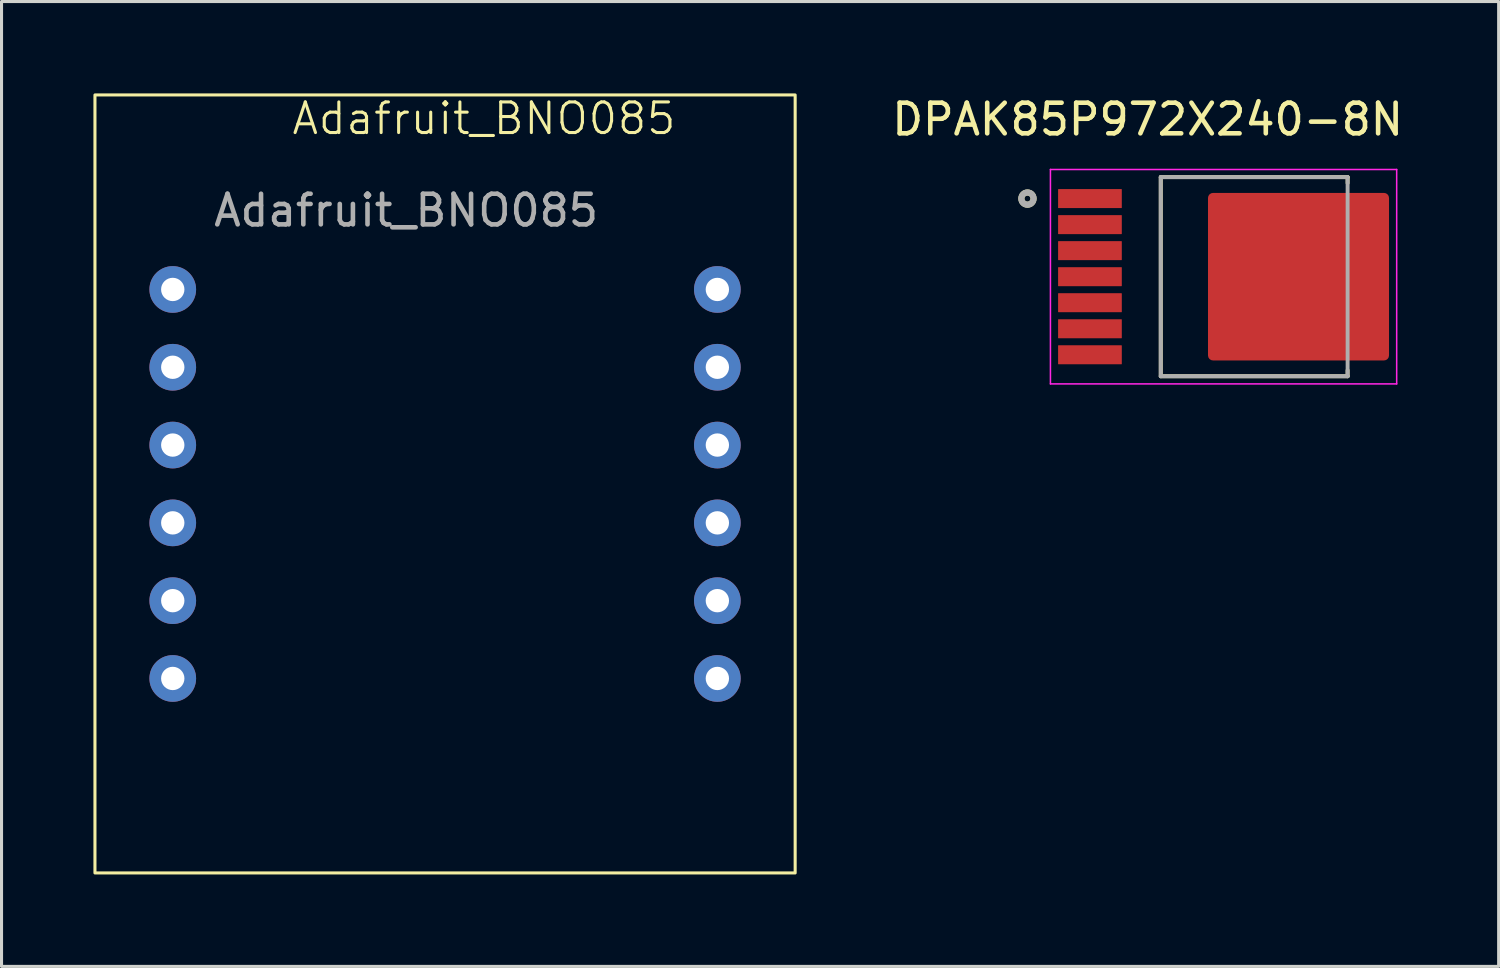
<source format=kicad_pcb>
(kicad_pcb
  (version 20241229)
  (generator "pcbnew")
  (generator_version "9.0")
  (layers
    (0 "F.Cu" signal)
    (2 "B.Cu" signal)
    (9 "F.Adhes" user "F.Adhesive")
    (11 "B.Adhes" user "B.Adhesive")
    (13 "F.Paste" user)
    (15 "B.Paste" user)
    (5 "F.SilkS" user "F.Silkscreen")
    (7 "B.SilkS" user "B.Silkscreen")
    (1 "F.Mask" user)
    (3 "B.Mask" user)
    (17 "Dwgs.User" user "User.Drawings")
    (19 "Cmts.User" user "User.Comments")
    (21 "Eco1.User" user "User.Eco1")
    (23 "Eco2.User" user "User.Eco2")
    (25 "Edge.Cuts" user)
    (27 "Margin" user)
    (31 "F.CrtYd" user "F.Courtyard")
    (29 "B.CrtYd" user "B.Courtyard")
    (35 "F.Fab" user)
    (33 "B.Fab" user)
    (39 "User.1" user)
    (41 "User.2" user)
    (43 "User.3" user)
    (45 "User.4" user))
  (footprint "Adafruit_BNO085"
    (layer "F.Cu")
    (at 12.75 1.32)
    (property "Reference" "Adafruit_BNO085" (at 0 -0.5 0) (unlocked yes) (layer "F.SilkS") (effects (font (size 1 1) (thickness 0.1))))
    (attr through_hole)
    (fp_rect (start -12.7 24.13) (end 10.16 -1.27) (stroke (width 0.1) (type default)) (fill no) (layer "F.SilkS"))
    (fp_text user "${REFERENCE}" (at -2.54 2.5 0) (unlocked yes) (layer "F.Fab") (effects (font (size 1 1) (thickness 0.15))))
    (pad "1" thru_hole circle (at -10.16 5.08) (size 1.524 1.524) (drill 0.762) (layers "*.Cu" "*.Mask"))
    (pad "2" thru_hole circle (at -10.16 7.62) (size 1.524 1.524) (drill 0.762) (layers "*.Cu" "*.Mask"))
    (pad "3" thru_hole circle (at -10.16 10.16) (size 1.524 1.524) (drill 0.762) (layers "*.Cu" "*.Mask"))
    (pad "4" thru_hole circle (at -10.16 12.7) (size 1.524 1.524) (drill 0.762) (layers "*.Cu" "*.Mask"))
    (pad "5" thru_hole circle (at -10.16 15.24) (size 1.524 1.524) (drill 0.762) (layers "*.Cu" "*.Mask"))
    (pad "6" thru_hole circle (at -10.16 17.78) (size 1.524 1.524) (drill 0.762) (layers "*.Cu" "*.Mask"))
    (pad "7" thru_hole circle (at 7.62 5.08) (size 1.524 1.524) (drill 0.762) (layers "*.Cu" "*.Mask"))
    (pad "8" thru_hole circle (at 7.62 7.62) (size 1.524 1.524) (drill 0.762) (layers "*.Cu" "*.Mask"))
    (pad "9" thru_hole circle (at 7.62 10.16) (size 1.524 1.524) (drill 0.762) (layers "*.Cu" "*.Mask"))
    (pad "10" thru_hole circle (at 7.62 12.7) (size 1.524 1.524) (drill 0.762) (layers "*.Cu" "*.Mask"))
    (pad "11" thru_hole circle (at 7.62 15.24) (size 1.524 1.524) (drill 0.762) (layers "*.Cu" "*.Mask"))
    (pad "12" thru_hole circle (at 7.62 17.78) (size 1.524 1.524) (drill 0.762) (layers "*.Cu" "*.Mask")))
  (footprint "DPAK85P972X240-8N"
    (layer "F.Cu")
    (at 36.896 5.983)
    (property "Reference" "DPAK85P972X240-8N" (at -2.478 -5.135 0) (layer "F.SilkS") (effects (font (size 1 1) (thickness 0.15))))
    (attr smd)
    (fp_line (start -2.05 -3.25) (end 4.05 -3.25) (stroke (width 0.127) (type solid)) (layer "F.SilkS"))
    (fp_line (start -2.05 3.25) (end -2.05 -3.25) (stroke (width 0.127) (type solid)) (layer "F.SilkS"))
    (fp_line (start 4.05 -3.25) (end 4.05 -3.055) (stroke (width 0.127) (type solid)) (layer "F.SilkS"))
    (fp_line (start 4.05 3.25) (end -2.05 3.25) (stroke (width 0.127) (type solid)) (layer "F.SilkS"))
    (fp_line (start 4.05 3.25) (end 4.05 3.055) (stroke (width 0.127) (type solid)) (layer "F.SilkS"))
    (fp_circle (center -6.402 -2.55) (end -6.303 -2.55) (stroke (width 0.2) (type solid)) (fill no) (layer "F.SilkS"))
    (fp_poly (pts (xy 0.018 -2.21) (xy 1.927 -2.21) (xy 1.927 -0.52) (xy 0.018 -0.52)) (stroke (width 0.01) (type solid)) (fill yes) (layer "F.Paste"))
    (fp_poly (pts (xy 0.018 0.52) (xy 1.927 0.52) (xy 1.927 2.21) (xy 0.018 2.21)) (stroke (width 0.01) (type solid)) (fill yes) (layer "F.Paste"))
    (fp_poly (pts (xy 2.967 -2.21) (xy 4.878 -2.21) (xy 4.878 -0.52) (xy 2.967 -0.52)) (stroke (width 0.01) (type solid)) (fill yes) (layer "F.Paste"))
    (fp_poly (pts (xy 2.967 0.52) (xy 4.878 0.52) (xy 4.878 2.21) (xy 2.967 2.21)) (stroke (width 0.01) (type solid)) (fill yes) (layer "F.Paste"))
    (fp_line (start -5.652 -3.5) (end -5.652 3.5) (stroke (width 0.05) (type solid)) (layer "F.CrtYd"))
    (fp_line (start -5.652 3.5) (end 5.652 3.5) (stroke (width 0.05) (type solid)) (layer "F.CrtYd"))
    (fp_line (start 5.652 -3.5) (end -5.652 -3.5) (stroke (width 0.05) (type solid)) (layer "F.CrtYd"))
    (fp_line (start 5.652 3.5) (end 5.652 -3.5) (stroke (width 0.05) (type solid)) (layer "F.CrtYd"))
    (fp_line (start -2.05 -3.25) (end 4.05 -3.25) (stroke (width 0.127) (type solid)) (layer "F.Fab"))
    (fp_line (start -2.05 3.25) (end -2.05 -3.25) (stroke (width 0.127) (type solid)) (layer "F.Fab"))
    (fp_line (start 4.05 -3.25) (end 4.05 3.25) (stroke (width 0.127) (type solid)) (layer "F.Fab"))
    (fp_line (start 4.05 3.25) (end -2.05 3.25) (stroke (width 0.127) (type solid)) (layer "F.Fab"))
    (fp_circle (center -6.402 -2.55) (end -6.303 -2.55) (stroke (width 0.2) (type solid)) (fill no) (layer "F.Fab"))
    (pad "1" smd roundrect (at -4.362 -2.55) (size 2.08 0.62) (layers "F.Cu" "F.Paste") (roundrect_rratio 0.02))
    (pad "2" smd roundrect (at -4.362 -1.7) (size 2.08 0.62) (layers "F.Cu" "F.Paste") (roundrect_rratio 0.02))
    (pad "3" smd roundrect (at -4.362 -0.85) (size 2.08 0.62) (layers "F.Cu" "F.Paste") (roundrect_rratio 0.02))
    (pad "4" smd roundrect (at -4.362 0) (size 2.08 0.62) (layers "F.Cu" "F.Paste") (roundrect_rratio 0.02))
    (pad "5" smd roundrect (at -4.362 0.85) (size 2.08 0.62) (layers "F.Cu" "F.Paste") (roundrect_rratio 0.02))
    (pad "6" smd roundrect (at -4.362 1.7) (size 2.08 0.62) (layers "F.Cu" "F.Paste") (roundrect_rratio 0.02))
    (pad "7" smd roundrect (at -4.362 2.55) (size 2.08 0.62) (layers "F.Cu" "F.Paste") (roundrect_rratio 0.02))
    (pad "8" smd roundrect (at 2.447 0) (size 5.91 5.47) (layers "F.Cu" "F.Mask") (roundrect_rratio 0.03)))
  (gr_rect
    (start -3 -3)
    (end 45.877 28.5)
    (stroke (width 0.1) (type default))
    (fill no)
    (layer "Edge.Cuts")))
</source>
